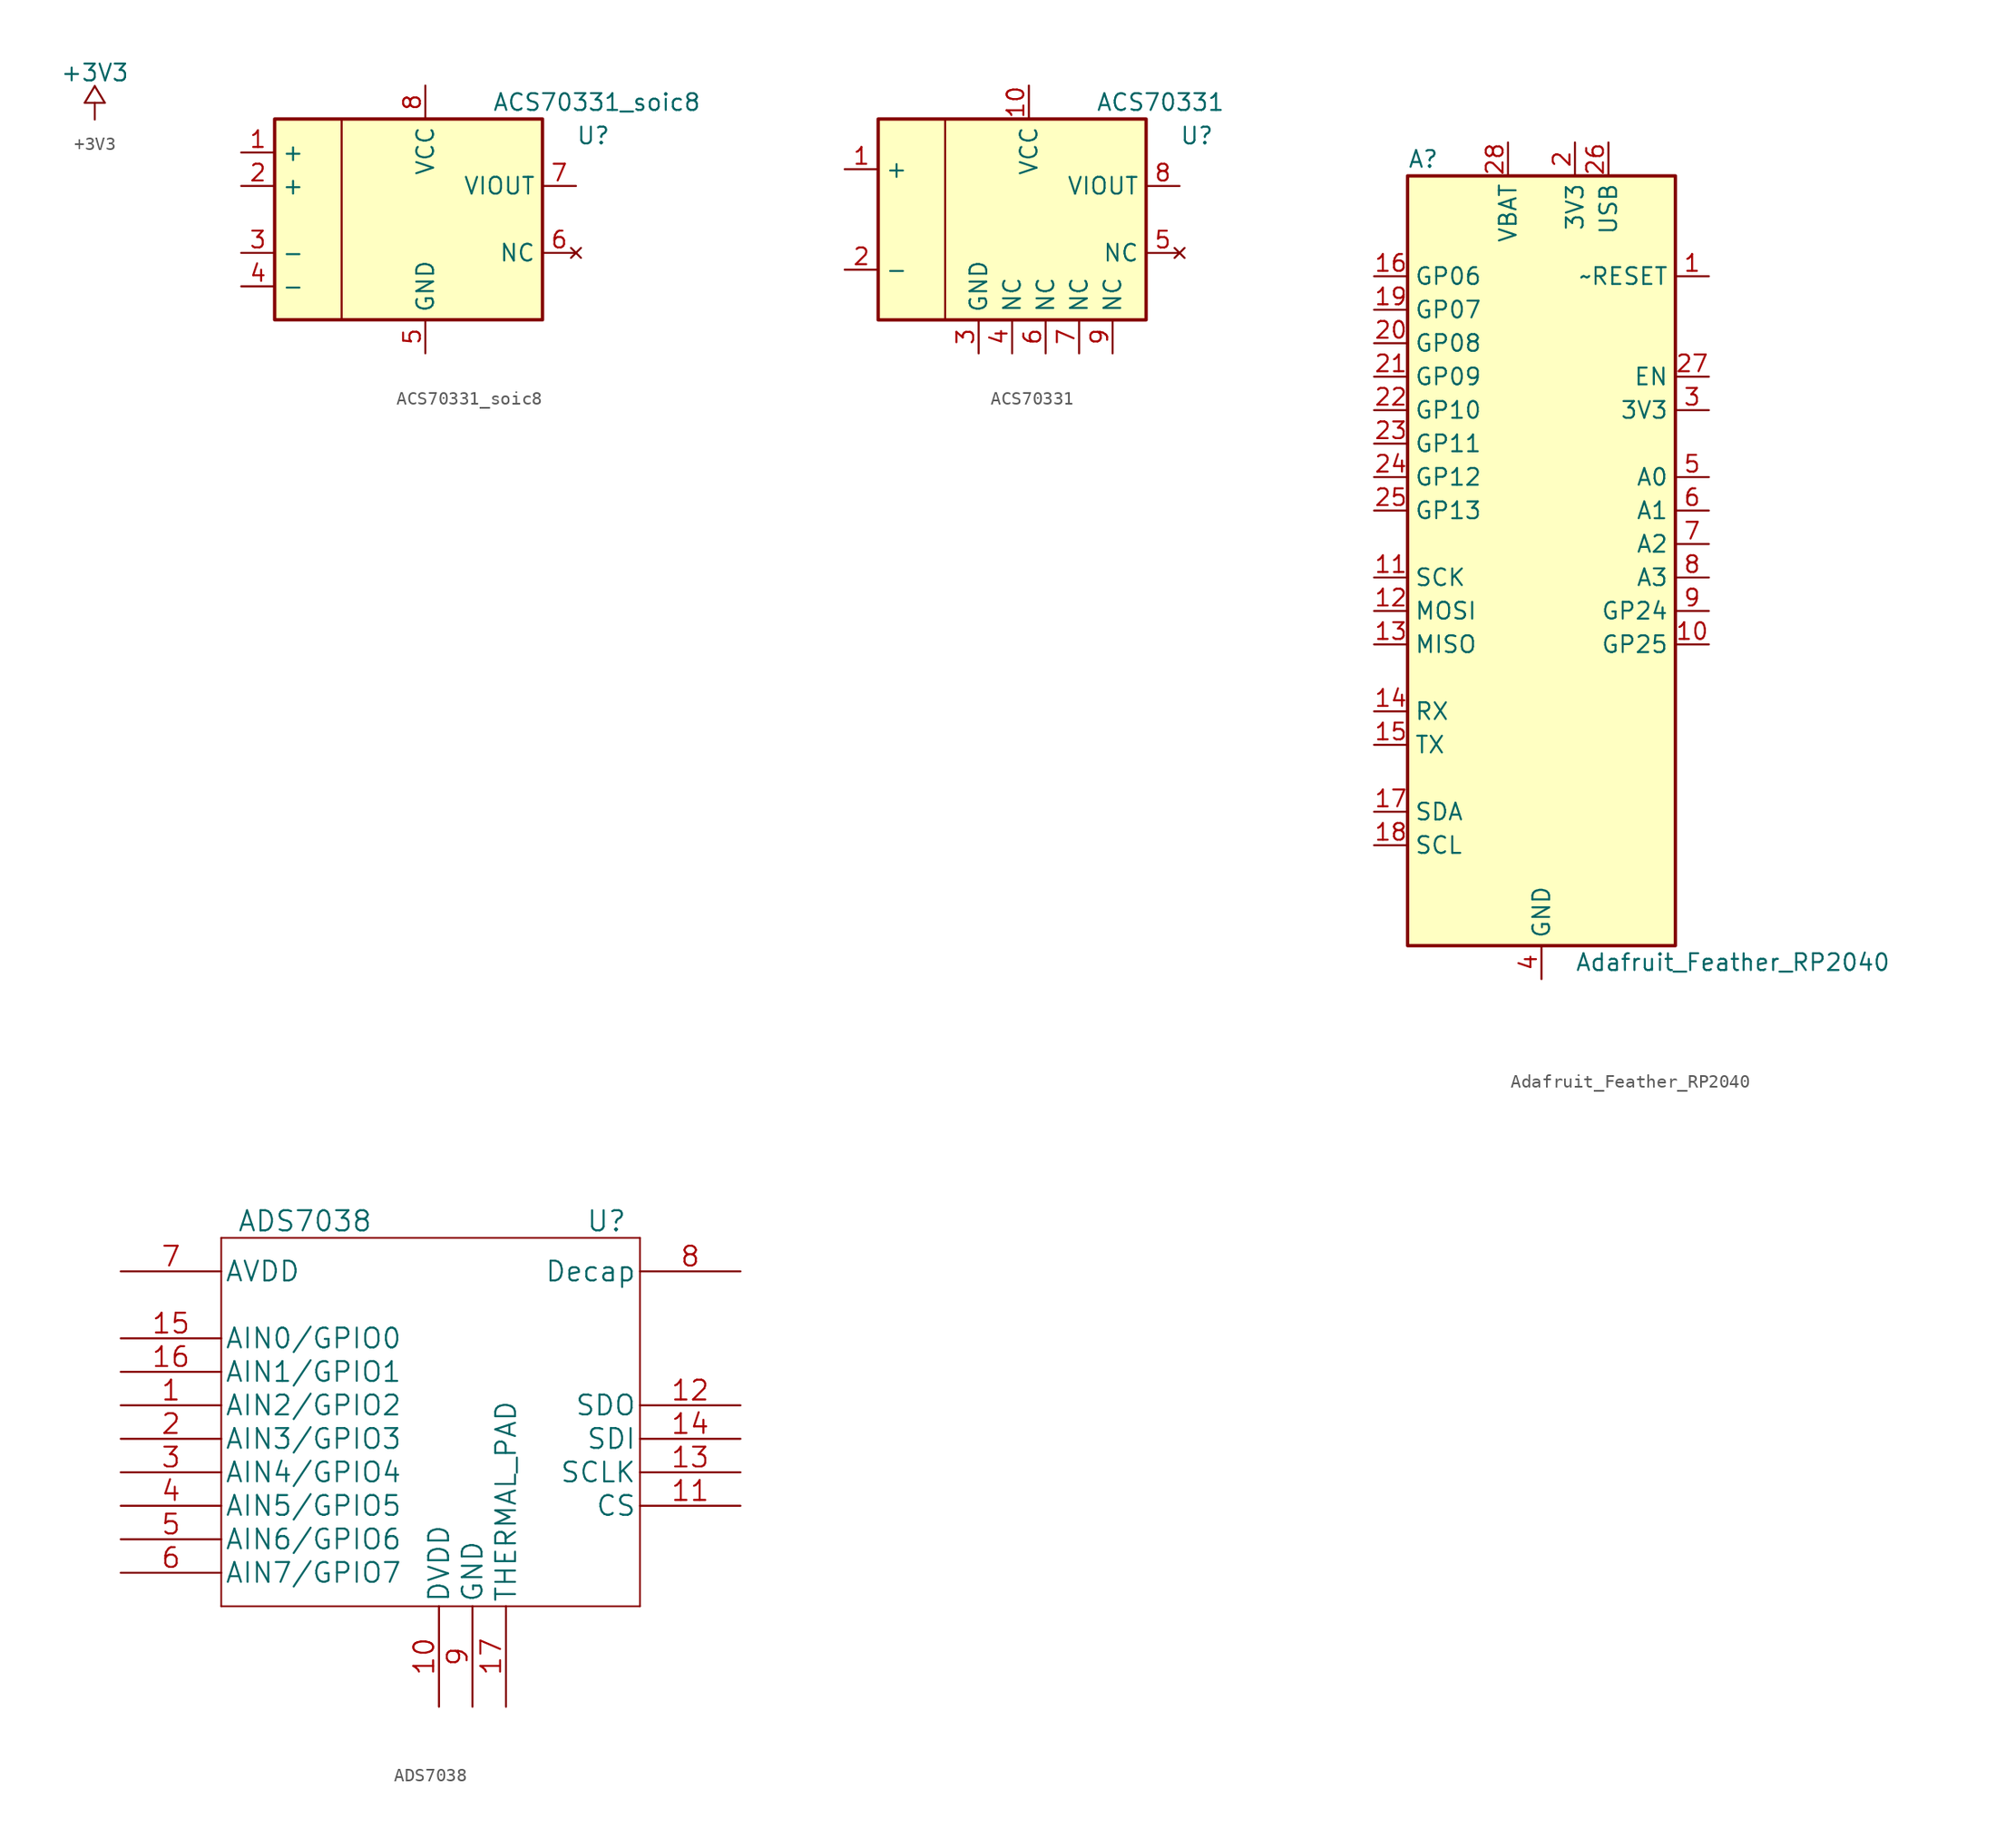
<source format=kicad_sym>
(kicad_symbol_lib
  (version 20210619)
  (generator kicad_symbol_editor)
  (symbol "stepper_motor_analyzer:+3V3"
    (power)
    (pin_names
      (offset 0))
    (property "Reference" "#PWR"
      (at 6.35 0 0)
      (effects (font (size 1.27 1.27)) hide))
    (property "Value" "+3V3"
      (at 0 3.556 0)
      (effects (font (size 1.27 1.27))))
    (symbol "+3V3_0_1"
      (polyline (pts (xy -0.762 1.27) (xy 0 2.54)) (stroke (width 0)) (fill (type none)))
      (polyline (pts (xy -0.762 1.27) (xy 0.762 1.27)) (stroke (width 0)) (fill (type none)))
      (polyline (pts (xy 0 0) (xy 0 1.27)) (stroke (width 0)) (fill (type none)))
      (polyline (pts (xy 0 2.54) (xy 0.762 1.27)) (stroke (width 0)) (fill (type none))))
    (symbol "+3V3_1_1"
      (pin power_in line (at 0 0 90) (length 0) hide (name "+3V3" (effects (font (size 1.27 1.27)))) (number "1" (effects (font (size 1.27 1.27)))))))
  (symbol "stepper_motor_analyzer:ACS70331_soic8"
    (property "Reference" "U"
      (at 10.16 6.35 0)
      (effects (font (size 1.27 1.27)) (justify left)))
    (property "Value" "ACS70331_soic8"
      (at 3.81 8.89 0)
      (effects (font (size 1.27 1.27)) (justify left)))
    (symbol "ACS70331_soic8_0_1"
      (rectangle (start -12.7 7.62) (end 7.62 -7.62) (stroke (width 0.254)) (fill (type background)))
      (polyline (pts (xy -7.62 7.62) (xy -7.62 -7.62)) (stroke (width 0)) (fill (type none))))
    (symbol "ACS70331_soic8_1_1"
      (pin passive line (at -15.24 5.08 0) (length 2.54) (name "+" (effects (font (size 1.27 1.27)))) (number "1" (effects (font (size 1.27 1.27)))))
      (pin passive line (at -15.24 2.54 0) (length 2.54) (name "+" (effects (font (size 1.27 1.27)))) (number "2" (effects (font (size 1.27 1.27)))))
      (pin passive line (at -15.24 -2.54 0) (length 2.54) (name "-" (effects (font (size 1.27 1.27)))) (number "3" (effects (font (size 1.27 1.27)))))
      (pin passive line (at -15.24 -5.08 0) (length 2.54) (name "-" (effects (font (size 1.27 1.27)))) (number "4" (effects (font (size 1.27 1.27)))))
      (pin power_in line (at -1.27 -10.16 90) (length 2.54) (name "GND" (effects (font (size 1.27 1.27)))) (number "5" (effects (font (size 1.27 1.27)))))
      (pin no_connect line (at 10.16 -2.54 180) (length 2.54) (name "NC" (effects (font (size 1.27 1.27)))) (number "6" (effects (font (size 1.27 1.27)))))
      (pin output line (at 10.16 2.54 180) (length 2.54) (name "VIOUT" (effects (font (size 1.27 1.27)))) (number "7" (effects (font (size 1.27 1.27)))))
      (pin power_in line (at -1.27 10.16 270) (length 2.54) (name "VCC" (effects (font (size 1.27 1.27)))) (number "8" (effects (font (size 1.27 1.27)))))))
  (symbol "stepper_motor_analyzer:ACS70331"
    (property "Reference" "U"
      (at 10.16 6.35 0)
      (effects (font (size 1.27 1.27)) (justify left)))
    (property "Value" "ACS70331"
      (at 3.81 8.89 0)
      (effects (font (size 1.27 1.27)) (justify left)))
    (symbol "ACS70331_0_1"
      (rectangle (start -12.7 7.62) (end 7.62 -7.62) (stroke (width 0.254)) (fill (type background)))
      (polyline (pts (xy -7.62 7.62) (xy -7.62 -7.62)) (stroke (width 0)) (fill (type none))))
    (symbol "ACS70331_1_1"
      (pin passive line (at -15.24 3.81 0) (length 2.54) (name "+" (effects (font (size 1.27 1.27)))) (number "1" (effects (font (size 1.27 1.27)))))
      (pin power_in line (at -1.27 10.16 270) (length 2.54) (name "VCC" (effects (font (size 1.27 1.27)))) (number "10" (effects (font (size 1.27 1.27)))))
      (pin passive line (at -15.24 -3.81 0) (length 2.54) (name "-" (effects (font (size 1.27 1.27)))) (number "2" (effects (font (size 1.27 1.27)))))
      (pin power_in line (at -5.08 -10.16 90) (length 2.54) (name "GND" (effects (font (size 1.27 1.27)))) (number "3" (effects (font (size 1.27 1.27)))))
      (pin passive line (at -2.54 -10.16 90) (length 2.54) (name "NC" (effects (font (size 1.27 1.27)))) (number "4" (effects (font (size 1.27 1.27)))))
      (pin no_connect line (at 10.16 -2.54 180) (length 2.54) (name "NC" (effects (font (size 1.27 1.27)))) (number "5" (effects (font (size 1.27 1.27)))))
      (pin passive line (at 0 -10.16 90) (length 2.54) (name "NC" (effects (font (size 1.27 1.27)))) (number "6" (effects (font (size 1.27 1.27)))))
      (pin passive line (at 2.54 -10.16 90) (length 2.54) (name "NC" (effects (font (size 1.27 1.27)))) (number "7" (effects (font (size 1.27 1.27)))))
      (pin output line (at 10.16 2.54 180) (length 2.54) (name "VIOUT" (effects (font (size 1.27 1.27)))) (number "8" (effects (font (size 1.27 1.27)))))
      (pin passive line (at 5.08 -10.16 90) (length 2.54) (name "NC" (effects (font (size 1.27 1.27)))) (number "9" (effects (font (size 1.27 1.27)))))))
  (symbol "stepper_motor_analyzer:Adafruit_Feather_RP2040"
    (property "Reference" "A"
      (at -10.16 29.21 0)
      (effects (font (size 1.27 1.27)) (justify left)))
    (property "Value" "Adafruit_Feather_RP2040"
      (at 2.54 -31.75 0)
      (effects (font (size 1.27 1.27)) (justify left)))
    (symbol "Adafruit_Feather_RP2040_0_1"
      (rectangle (start -10.16 27.94) (end 10.16 -30.48) (stroke (width 0.254)) (fill (type background))))
    (symbol "Adafruit_Feather_RP2040_1_1"
      (pin input line (at 12.7 20.32 180) (length 2.54) (name "~RESET" (effects (font (size 1.27 1.27)))) (number "1" (effects (font (size 1.27 1.27)))))
      (pin bidirectional line (at 12.7 -7.62 180) (length 2.54) (name "GP25" (effects (font (size 1.27 1.27)))) (number "10" (effects (font (size 1.27 1.27)))))
      (pin bidirectional line (at -12.7 -2.54 0) (length 2.54) (name "SCK" (effects (font (size 1.27 1.27)))) (number "11" (effects (font (size 1.27 1.27)))))
      (pin bidirectional line (at -12.7 -5.08 0) (length 2.54) (name "MOSI" (effects (font (size 1.27 1.27)))) (number "12" (effects (font (size 1.27 1.27)))))
      (pin bidirectional line (at -12.7 -7.62 0) (length 2.54) (name "MISO" (effects (font (size 1.27 1.27)))) (number "13" (effects (font (size 1.27 1.27)))))
      (pin bidirectional line (at -12.7 -12.7 0) (length 2.54) (name "RX" (effects (font (size 1.27 1.27)))) (number "14" (effects (font (size 1.27 1.27)))))
      (pin bidirectional line (at -12.7 -15.24 0) (length 2.54) (name "TX" (effects (font (size 1.27 1.27)))) (number "15" (effects (font (size 1.27 1.27)))))
      (pin bidirectional line (at -12.7 20.32 0) (length 2.54) (name "GP06" (effects (font (size 1.27 1.27)))) (number "16" (effects (font (size 1.27 1.27)))))
      (pin bidirectional line (at -12.7 -20.32 0) (length 2.54) (name "SDA" (effects (font (size 1.27 1.27)))) (number "17" (effects (font (size 1.27 1.27)))))
      (pin bidirectional line (at -12.7 -22.86 0) (length 2.54) (name "SCL" (effects (font (size 1.27 1.27)))) (number "18" (effects (font (size 1.27 1.27)))))
      (pin bidirectional line (at -12.7 17.78 0) (length 2.54) (name "GP07" (effects (font (size 1.27 1.27)))) (number "19" (effects (font (size 1.27 1.27)))))
      (pin power_in line (at 2.54 30.48 270) (length 2.54) (name "3V3" (effects (font (size 1.27 1.27)))) (number "2" (effects (font (size 1.27 1.27)))))
      (pin bidirectional line (at -12.7 15.24 0) (length 2.54) (name "GP08" (effects (font (size 1.27 1.27)))) (number "20" (effects (font (size 1.27 1.27)))))
      (pin bidirectional line (at -12.7 12.7 0) (length 2.54) (name "GP09" (effects (font (size 1.27 1.27)))) (number "21" (effects (font (size 1.27 1.27)))))
      (pin bidirectional line (at -12.7 10.16 0) (length 2.54) (name "GP10" (effects (font (size 1.27 1.27)))) (number "22" (effects (font (size 1.27 1.27)))))
      (pin bidirectional line (at -12.7 7.62 0) (length 2.54) (name "GP11" (effects (font (size 1.27 1.27)))) (number "23" (effects (font (size 1.27 1.27)))))
      (pin bidirectional line (at -12.7 5.08 0) (length 2.54) (name "GP12" (effects (font (size 1.27 1.27)))) (number "24" (effects (font (size 1.27 1.27)))))
      (pin bidirectional line (at -12.7 2.54 0) (length 2.54) (name "GP13" (effects (font (size 1.27 1.27)))) (number "25" (effects (font (size 1.27 1.27)))))
      (pin power_in line (at 5.08 30.48 270) (length 2.54) (name "USB" (effects (font (size 1.27 1.27)))) (number "26" (effects (font (size 1.27 1.27)))))
      (pin input line (at 12.7 12.7 180) (length 2.54) (name "EN" (effects (font (size 1.27 1.27)))) (number "27" (effects (font (size 1.27 1.27)))))
      (pin power_in line (at -2.54 30.48 270) (length 2.54) (name "VBAT" (effects (font (size 1.27 1.27)))) (number "28" (effects (font (size 1.27 1.27)))))
      (pin input line (at 12.7 10.16 180) (length 2.54) (name "3V3" (effects (font (size 1.27 1.27)))) (number "3" (effects (font (size 1.27 1.27)))))
      (pin power_in line (at 0 -33.02 90) (length 2.54) (name "GND" (effects (font (size 1.27 1.27)))) (number "4" (effects (font (size 1.27 1.27)))))
      (pin bidirectional line (at 12.7 5.08 180) (length 2.54) (name "A0" (effects (font (size 1.27 1.27)))) (number "5" (effects (font (size 1.27 1.27)))))
      (pin bidirectional line (at 12.7 2.54 180) (length 2.54) (name "A1" (effects (font (size 1.27 1.27)))) (number "6" (effects (font (size 1.27 1.27)))))
      (pin bidirectional line (at 12.7 0 180) (length 2.54) (name "A2" (effects (font (size 1.27 1.27)))) (number "7" (effects (font (size 1.27 1.27)))))
      (pin bidirectional line (at 12.7 -2.54 180) (length 2.54) (name "A3" (effects (font (size 1.27 1.27)))) (number "8" (effects (font (size 1.27 1.27)))))
      (pin bidirectional line (at 12.7 -5.08 180) (length 2.54) (name "GP24" (effects (font (size 1.27 1.27)))) (number "9" (effects (font (size 1.27 1.27)))))))
  (symbol "stepper_motor_analyzer:ADS7038"
    (pin_names
      (offset 0.254))
    (property "Reference" "U"
      (at 12.7 13.97 0)
      (effects (font (size 1.524 1.524))))
    (property "Value" "ADS7038"
      (at -10.16 13.97 0)
      (effects (font (size 1.524 1.524))))
    (property "Datasheet" ""
      (at -24.13 0 0)
      (effects (font (size 1.524 1.524))))
    (symbol "ADS7038_1_1"
      (polyline (pts (xy -16.51 -15.24) (xy 15.24 -15.24)) (stroke (width 0.127)) (fill (type none)))
      (polyline (pts (xy -16.51 12.7) (xy -16.51 -15.24)) (stroke (width 0.127)) (fill (type none)))
      (polyline (pts (xy 15.24 -15.24) (xy 15.24 12.7)) (stroke (width 0.127)) (fill (type none)))
      (polyline (pts (xy 15.24 12.7) (xy -16.51 12.7)) (stroke (width 0.127)) (fill (type none)))
      (pin passive line (at -24.13 0 0) (length 7.62) (name "AIN2/GPIO2" (effects (font (size 1.499 1.499)))) (number "1" (effects (font (size 1.499 1.499)))))
      (pin power_in line (at 0 -22.86 90) (length 7.62) (name "DVDD" (effects (font (size 1.499 1.499)))) (number "10" (effects (font (size 1.499 1.499)))))
      (pin passive line (at 22.86 -7.62 180) (length 7.62) (name "CS" (effects (font (size 1.499 1.499)))) (number "11" (effects (font (size 1.499 1.499)))))
      (pin passive line (at 22.86 0 180) (length 7.62) (name "SDO" (effects (font (size 1.499 1.499)))) (number "12" (effects (font (size 1.499 1.499)))))
      (pin passive line (at 22.86 -5.08 180) (length 7.62) (name "SCLK" (effects (font (size 1.499 1.499)))) (number "13" (effects (font (size 1.499 1.499)))))
      (pin passive line (at 22.86 -2.54 180) (length 7.62) (name "SDI" (effects (font (size 1.499 1.499)))) (number "14" (effects (font (size 1.499 1.499)))))
      (pin bidirectional line (at -24.13 5.08 0) (length 7.62) (name "AIN0/GPIO0" (effects (font (size 1.499 1.499)))) (number "15" (effects (font (size 1.499 1.499)))))
      (pin passive line (at -24.13 2.54 0) (length 7.62) (name "AIN1/GPIO1" (effects (font (size 1.499 1.499)))) (number "16" (effects (font (size 1.499 1.499)))))
      (pin passive line (at 5.08 -22.86 90) (length 7.62) (name "THERMAL_PAD" (effects (font (size 1.499 1.499)))) (number "17" (effects (font (size 1.499 1.499)))))
      (pin passive line (at -24.13 -2.54 0) (length 7.62) (name "AIN3/GPIO3" (effects (font (size 1.499 1.499)))) (number "2" (effects (font (size 1.499 1.499)))))
      (pin passive line (at -24.13 -5.08 0) (length 7.62) (name "AIN4/GPIO4" (effects (font (size 1.499 1.499)))) (number "3" (effects (font (size 1.499 1.499)))))
      (pin passive line (at -24.13 -7.62 0) (length 7.62) (name "AIN5/GPIO5" (effects (font (size 1.499 1.499)))) (number "4" (effects (font (size 1.499 1.499)))))
      (pin passive line (at -24.13 -10.16 0) (length 7.62) (name "AIN6/GPIO6" (effects (font (size 1.499 1.499)))) (number "5" (effects (font (size 1.499 1.499)))))
      (pin passive line (at -24.13 -12.7 0) (length 7.62) (name "AIN7/GPIO7" (effects (font (size 1.499 1.499)))) (number "6" (effects (font (size 1.499 1.499)))))
      (pin power_in line (at -24.13 10.16 0) (length 7.62) (name "AVDD" (effects (font (size 1.499 1.499)))) (number "7" (effects (font (size 1.499 1.499)))))
      (pin passive line (at 22.86 10.16 180) (length 7.62) (name "Decap" (effects (font (size 1.499 1.499)))) (number "8" (effects (font (size 1.499 1.499)))))
      (pin power_in line (at 2.54 -22.86 90) (length 7.62) (name "GND" (effects (font (size 1.499 1.499)))) (number "9" (effects (font (size 1.499 1.499))))))))
</source>
